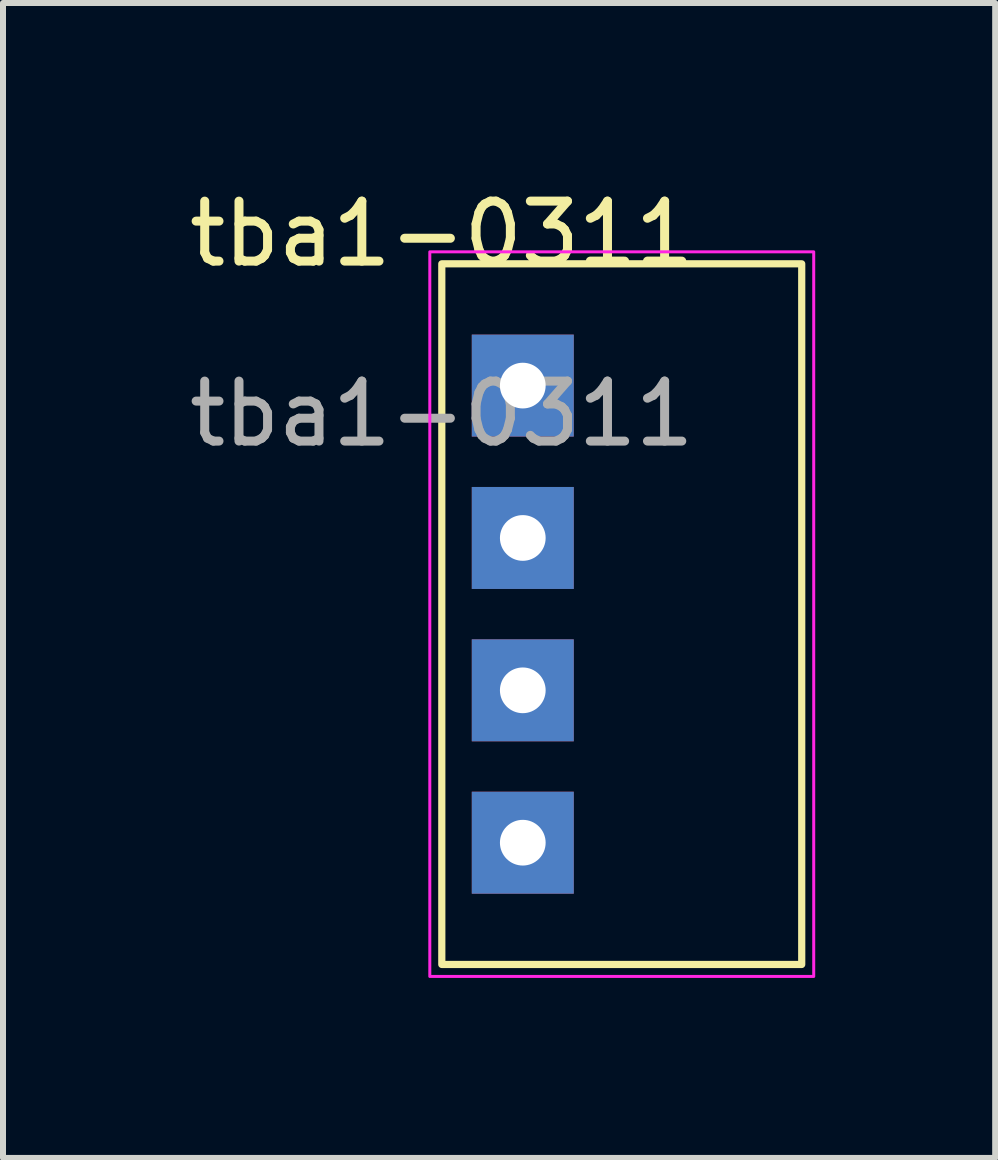
<source format=kicad_pcb>
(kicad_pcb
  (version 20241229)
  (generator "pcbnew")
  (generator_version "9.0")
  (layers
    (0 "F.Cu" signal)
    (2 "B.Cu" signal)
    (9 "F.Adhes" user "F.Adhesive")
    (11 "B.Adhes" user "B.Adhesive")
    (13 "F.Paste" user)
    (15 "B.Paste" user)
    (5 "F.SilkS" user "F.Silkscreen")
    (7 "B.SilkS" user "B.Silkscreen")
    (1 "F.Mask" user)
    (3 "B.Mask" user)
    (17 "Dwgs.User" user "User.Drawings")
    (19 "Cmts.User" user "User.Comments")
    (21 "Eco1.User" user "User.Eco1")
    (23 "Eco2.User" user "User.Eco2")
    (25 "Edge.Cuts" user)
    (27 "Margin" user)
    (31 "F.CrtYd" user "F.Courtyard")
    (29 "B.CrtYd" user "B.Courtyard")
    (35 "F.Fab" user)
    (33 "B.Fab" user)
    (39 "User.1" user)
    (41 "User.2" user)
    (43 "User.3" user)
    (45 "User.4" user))
  (footprint "tba1-0311"
    (layer "F.Cu")
    (at 4.315 1.348)
    (property "Reference" "tba1-0311" (at 0 -0.5 0) (unlocked yes) (layer "F.SilkS") (effects (font (size 1 1) (thickness 0.15))))
    (attr through_hole)
    (fp_rect (start 0 0) (end 6 11.68) (stroke (width 0.12) (type default)) (fill no) (layer "F.SilkS"))
    (fp_rect (start -0.2 -0.2) (end 6.2 11.88) (stroke (width 0.05) (type default)) (fill no) (layer "F.CrtYd"))
    (fp_text user "${REFERENCE}" (at 0 2.5 0) (unlocked yes) (layer "F.Fab") (effects (font (size 1 1) (thickness 0.15))))
    (pad "1" thru_hole rect (at 1.35 9.65) (size 1.7 1.7) (drill 0.762) (layers "*.Cu" "*.Mask"))
    (pad "2" thru_hole rect (at 1.35 7.11) (size 1.7 1.7) (drill 0.762) (layers "*.Cu" "*.Mask"))
    (pad "3" thru_hole rect (at 1.35 4.57) (size 1.7 1.7) (drill 0.762) (layers "*.Cu" "*.Mask"))
    (pad "4" thru_hole rect (at 1.35 2.03) (size 1.7 1.7) (drill 0.762) (layers "*.Cu" "*.Mask")))
  (gr_rect
    (start -3 -3)
    (end 13.54 16.253)
    (stroke (width 0.1) (type default))
    (fill no)
    (layer "Edge.Cuts")))
</source>
